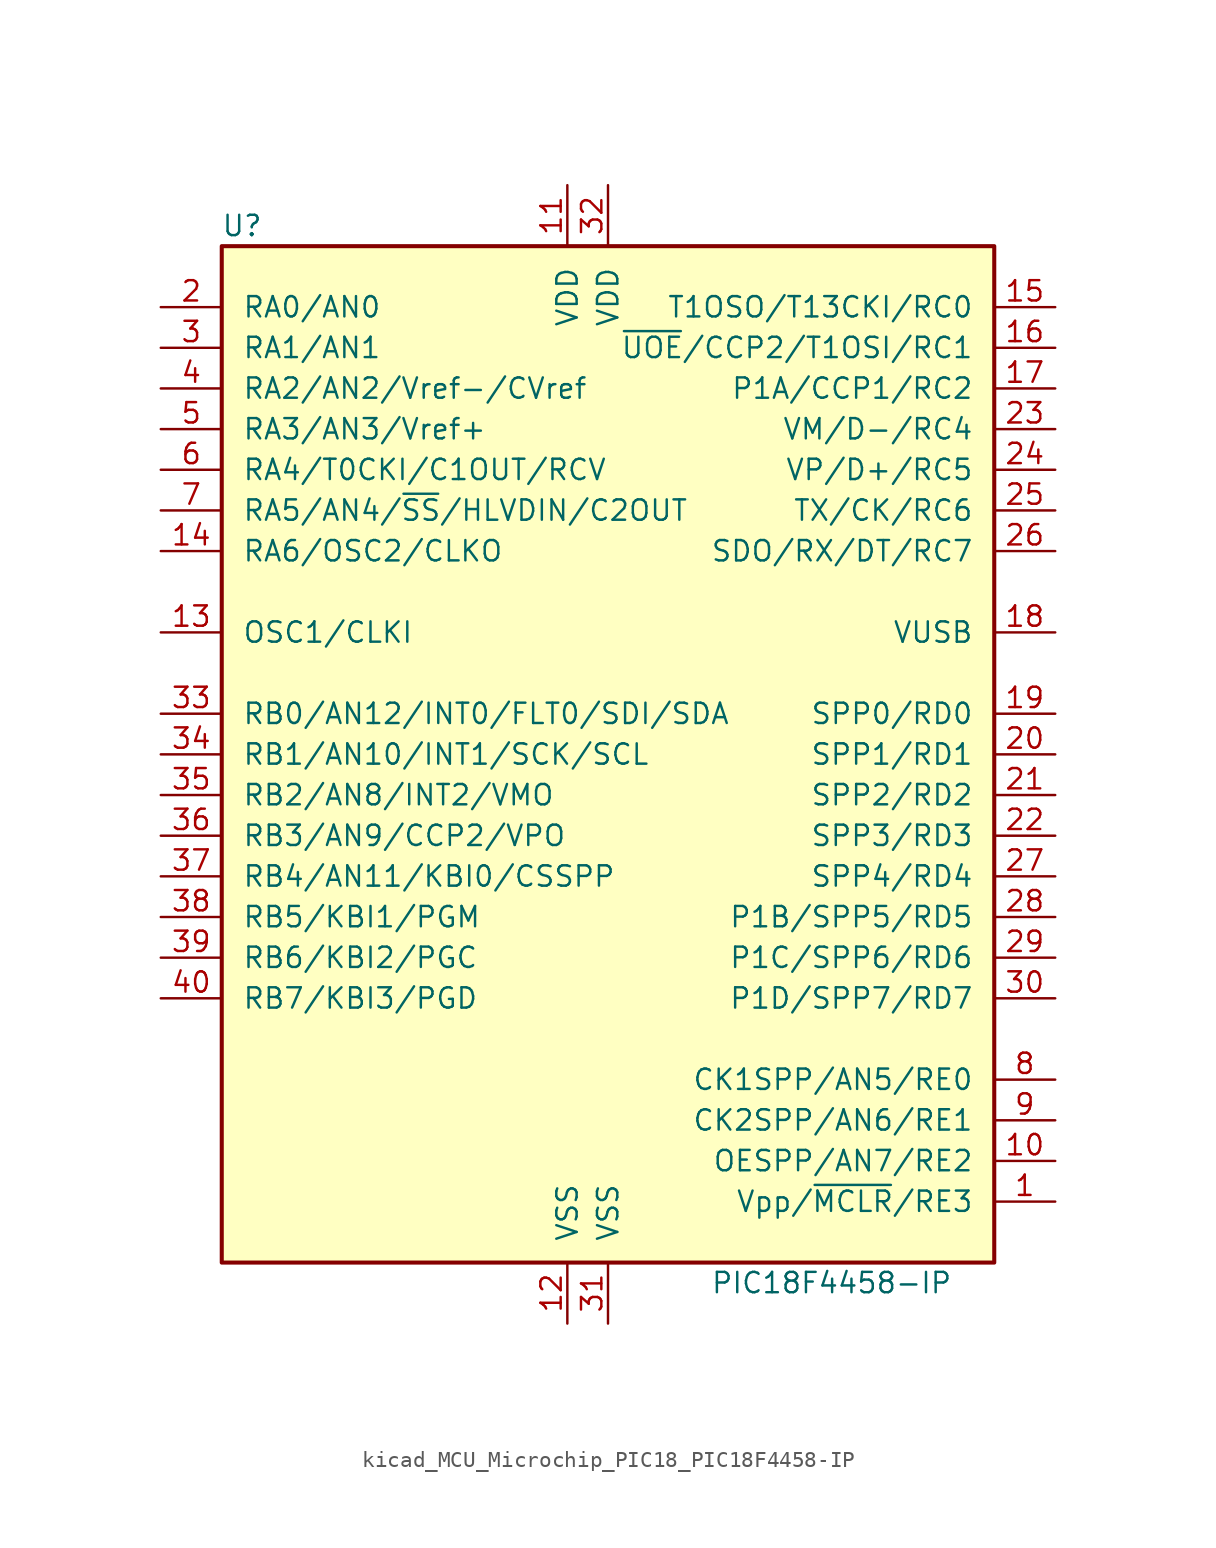
<source format=kicad_sym>
(kicad_symbol_lib
  (version 20220914)
  (generator kicad_symbol_editor)
  (symbol "kicad_MCU_Microchip_PIC18_PIC18F4458-IP"
    (pin_names
      (offset 1.27))
    (property "Reference" "U"
      (at -22.86 33.02 0)
      (effects (font (size 1.27 1.27))))
    (property "Value" "PIC18F4458-IP"
      (at 13.97 -33.02 0)
      (effects (font (size 1.27 1.27))))
    (symbol "kicad_MCU_Microchip_PIC18_PIC18F4458-IP_0_1"
      (rectangle (start -24.13 31.75) (end 24.13 -31.75) (stroke (width 0.254) (type default)) (fill (type background))))
    (symbol "kicad_MCU_Microchip_PIC18_PIC18F4458-IP_1_1"
      (pin input line (at 27.94 -27.94 180) (length 3.81) (name "Vpp/~{MCLR}/RE3" (effects (font (size 1.27 1.27)))) (number "1" (effects (font (size 1.27 1.27)))))
      (pin bidirectional line (at 27.94 -25.4 180) (length 3.81) (name "OESPP/AN7/RE2" (effects (font (size 1.27 1.27)))) (number "10" (effects (font (size 1.27 1.27)))))
      (pin power_in line (at -2.54 35.56 270) (length 3.81) (name "VDD" (effects (font (size 1.27 1.27)))) (number "11" (effects (font (size 1.27 1.27)))))
      (pin power_in line (at -2.54 -35.56 90) (length 3.81) (name "VSS" (effects (font (size 1.27 1.27)))) (number "12" (effects (font (size 1.27 1.27)))))
      (pin input line (at -27.94 7.62 0) (length 3.81) (name "OSC1/CLKI" (effects (font (size 1.27 1.27)))) (number "13" (effects (font (size 1.27 1.27)))))
      (pin bidirectional line (at -27.94 12.7 0) (length 3.81) (name "RA6/OSC2/CLKO" (effects (font (size 1.27 1.27)))) (number "14" (effects (font (size 1.27 1.27)))))
      (pin bidirectional line (at 27.94 27.94 180) (length 3.81) (name "T1OSO/T13CKI/RC0" (effects (font (size 1.27 1.27)))) (number "15" (effects (font (size 1.27 1.27)))))
      (pin bidirectional line (at 27.94 25.4 180) (length 3.81) (name "~{UOE}/CCP2/T1OSI/RC1" (effects (font (size 1.27 1.27)))) (number "16" (effects (font (size 1.27 1.27)))))
      (pin bidirectional line (at 27.94 22.86 180) (length 3.81) (name "P1A/CCP1/RC2" (effects (font (size 1.27 1.27)))) (number "17" (effects (font (size 1.27 1.27)))))
      (pin bidirectional line (at 27.94 7.62 180) (length 3.81) (name "VUSB" (effects (font (size 1.27 1.27)))) (number "18" (effects (font (size 1.27 1.27)))))
      (pin bidirectional line (at 27.94 2.54 180) (length 3.81) (name "SPP0/RD0" (effects (font (size 1.27 1.27)))) (number "19" (effects (font (size 1.27 1.27)))))
      (pin bidirectional line (at -27.94 27.94 0) (length 3.81) (name "RA0/AN0" (effects (font (size 1.27 1.27)))) (number "2" (effects (font (size 1.27 1.27)))))
      (pin bidirectional line (at 27.94 0 180) (length 3.81) (name "SPP1/RD1" (effects (font (size 1.27 1.27)))) (number "20" (effects (font (size 1.27 1.27)))))
      (pin bidirectional line (at 27.94 -2.54 180) (length 3.81) (name "SPP2/RD2" (effects (font (size 1.27 1.27)))) (number "21" (effects (font (size 1.27 1.27)))))
      (pin bidirectional line (at 27.94 -5.08 180) (length 3.81) (name "SPP3/RD3" (effects (font (size 1.27 1.27)))) (number "22" (effects (font (size 1.27 1.27)))))
      (pin bidirectional line (at 27.94 20.32 180) (length 3.81) (name "VM/D-/RC4" (effects (font (size 1.27 1.27)))) (number "23" (effects (font (size 1.27 1.27)))))
      (pin bidirectional line (at 27.94 17.78 180) (length 3.81) (name "VP/D+/RC5" (effects (font (size 1.27 1.27)))) (number "24" (effects (font (size 1.27 1.27)))))
      (pin bidirectional line (at 27.94 15.24 180) (length 3.81) (name "TX/CK/RC6" (effects (font (size 1.27 1.27)))) (number "25" (effects (font (size 1.27 1.27)))))
      (pin bidirectional line (at 27.94 12.7 180) (length 3.81) (name "SDO/RX/DT/RC7" (effects (font (size 1.27 1.27)))) (number "26" (effects (font (size 1.27 1.27)))))
      (pin bidirectional line (at 27.94 -7.62 180) (length 3.81) (name "SPP4/RD4" (effects (font (size 1.27 1.27)))) (number "27" (effects (font (size 1.27 1.27)))))
      (pin bidirectional line (at 27.94 -10.16 180) (length 3.81) (name "P1B/SPP5/RD5" (effects (font (size 1.27 1.27)))) (number "28" (effects (font (size 1.27 1.27)))))
      (pin bidirectional line (at 27.94 -12.7 180) (length 3.81) (name "P1C/SPP6/RD6" (effects (font (size 1.27 1.27)))) (number "29" (effects (font (size 1.27 1.27)))))
      (pin bidirectional line (at -27.94 25.4 0) (length 3.81) (name "RA1/AN1" (effects (font (size 1.27 1.27)))) (number "3" (effects (font (size 1.27 1.27)))))
      (pin bidirectional line (at 27.94 -15.24 180) (length 3.81) (name "P1D/SPP7/RD7" (effects (font (size 1.27 1.27)))) (number "30" (effects (font (size 1.27 1.27)))))
      (pin power_in line (at 0 -35.56 90) (length 3.81) (name "VSS" (effects (font (size 1.27 1.27)))) (number "31" (effects (font (size 1.27 1.27)))))
      (pin power_in line (at 0 35.56 270) (length 3.81) (name "VDD" (effects (font (size 1.27 1.27)))) (number "32" (effects (font (size 1.27 1.27)))))
      (pin bidirectional line (at -27.94 2.54 0) (length 3.81) (name "RB0/AN12/INT0/FLT0/SDI/SDA" (effects (font (size 1.27 1.27)))) (number "33" (effects (font (size 1.27 1.27)))))
      (pin bidirectional line (at -27.94 0 0) (length 3.81) (name "RB1/AN10/INT1/SCK/SCL" (effects (font (size 1.27 1.27)))) (number "34" (effects (font (size 1.27 1.27)))))
      (pin bidirectional line (at -27.94 -2.54 0) (length 3.81) (name "RB2/AN8/INT2/VMO" (effects (font (size 1.27 1.27)))) (number "35" (effects (font (size 1.27 1.27)))))
      (pin bidirectional line (at -27.94 -5.08 0) (length 3.81) (name "RB3/AN9/CCP2/VPO" (effects (font (size 1.27 1.27)))) (number "36" (effects (font (size 1.27 1.27)))))
      (pin bidirectional line (at -27.94 -7.62 0) (length 3.81) (name "RB4/AN11/KBI0/CSSPP" (effects (font (size 1.27 1.27)))) (number "37" (effects (font (size 1.27 1.27)))))
      (pin bidirectional line (at -27.94 -10.16 0) (length 3.81) (name "RB5/KBI1/PGM" (effects (font (size 1.27 1.27)))) (number "38" (effects (font (size 1.27 1.27)))))
      (pin bidirectional line (at -27.94 -12.7 0) (length 3.81) (name "RB6/KBI2/PGC" (effects (font (size 1.27 1.27)))) (number "39" (effects (font (size 1.27 1.27)))))
      (pin bidirectional line (at -27.94 22.86 0) (length 3.81) (name "RA2/AN2/Vref-/CVref" (effects (font (size 1.27 1.27)))) (number "4" (effects (font (size 1.27 1.27)))))
      (pin bidirectional line (at -27.94 -15.24 0) (length 3.81) (name "RB7/KBI3/PGD" (effects (font (size 1.27 1.27)))) (number "40" (effects (font (size 1.27 1.27)))))
      (pin bidirectional line (at -27.94 20.32 0) (length 3.81) (name "RA3/AN3/Vref+" (effects (font (size 1.27 1.27)))) (number "5" (effects (font (size 1.27 1.27)))))
      (pin bidirectional line (at -27.94 17.78 0) (length 3.81) (name "RA4/T0CKI/C1OUT/RCV" (effects (font (size 1.27 1.27)))) (number "6" (effects (font (size 1.27 1.27)))))
      (pin bidirectional line (at -27.94 15.24 0) (length 3.81) (name "RA5/AN4/~{SS}/HLVDIN/C2OUT" (effects (font (size 1.27 1.27)))) (number "7" (effects (font (size 1.27 1.27)))))
      (pin bidirectional line (at 27.94 -20.32 180) (length 3.81) (name "CK1SPP/AN5/RE0" (effects (font (size 1.27 1.27)))) (number "8" (effects (font (size 1.27 1.27)))))
      (pin bidirectional line (at 27.94 -22.86 180) (length 3.81) (name "CK2SPP/AN6/RE1" (effects (font (size 1.27 1.27)))) (number "9" (effects (font (size 1.27 1.27))))))))
</source>
